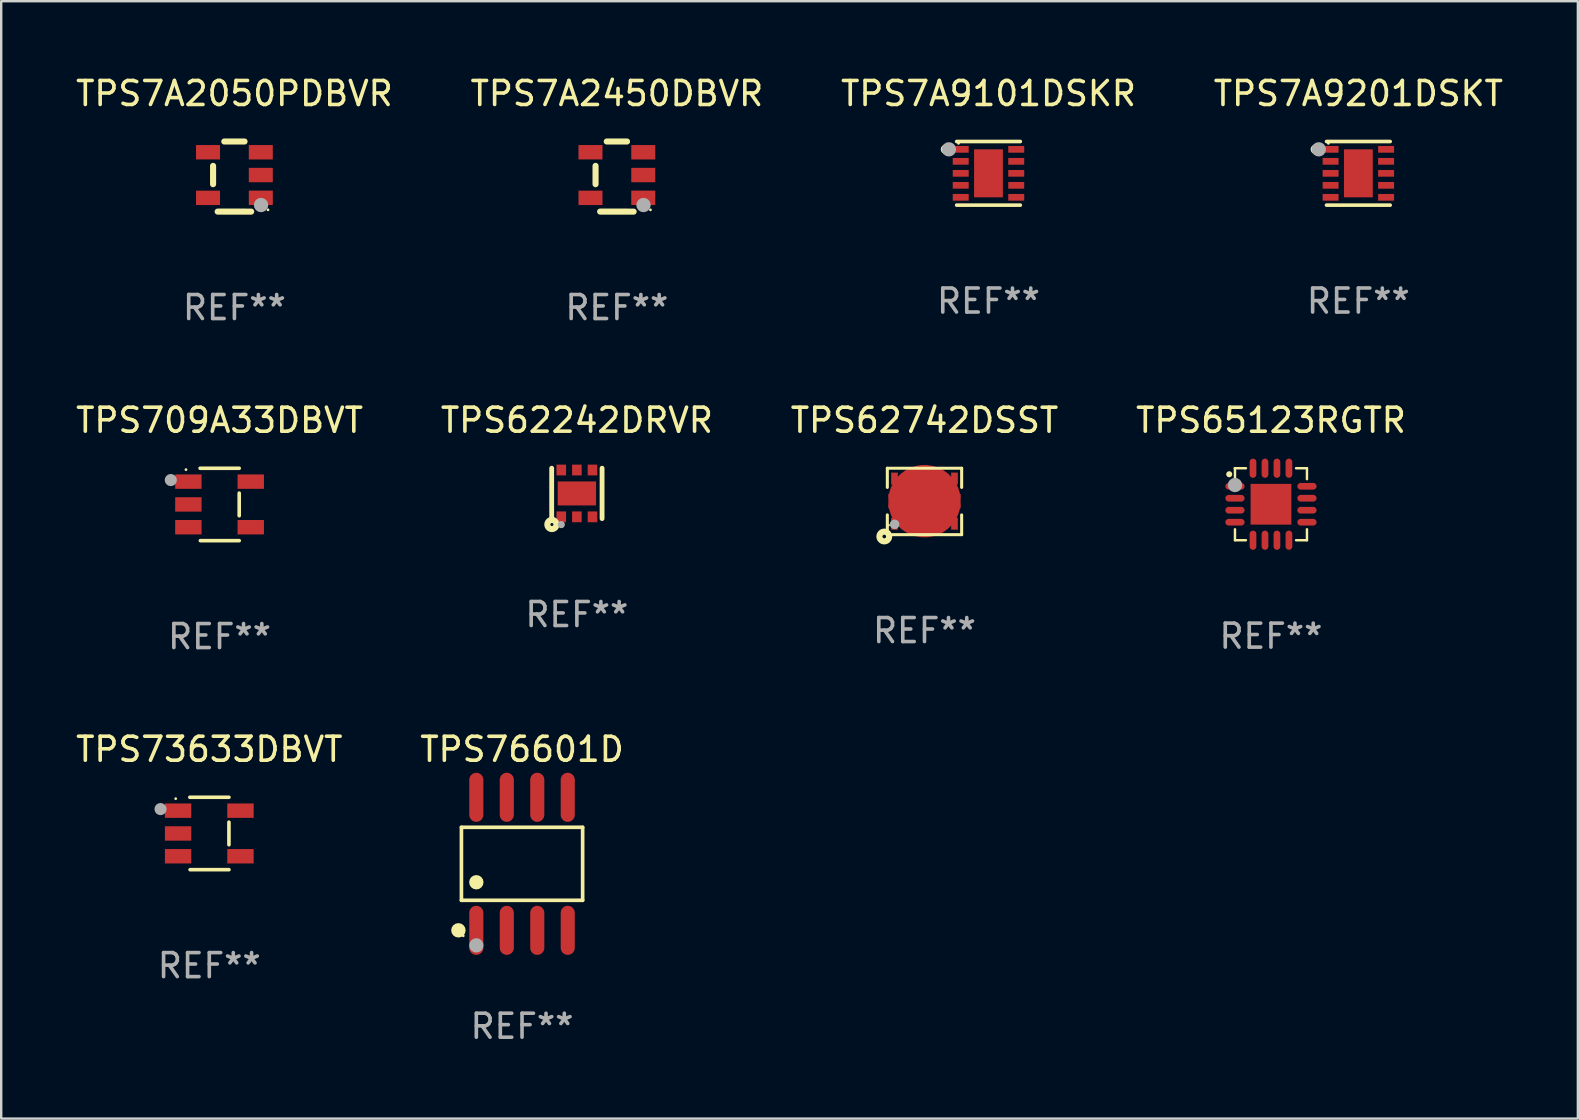
<source format=kicad_pcb>
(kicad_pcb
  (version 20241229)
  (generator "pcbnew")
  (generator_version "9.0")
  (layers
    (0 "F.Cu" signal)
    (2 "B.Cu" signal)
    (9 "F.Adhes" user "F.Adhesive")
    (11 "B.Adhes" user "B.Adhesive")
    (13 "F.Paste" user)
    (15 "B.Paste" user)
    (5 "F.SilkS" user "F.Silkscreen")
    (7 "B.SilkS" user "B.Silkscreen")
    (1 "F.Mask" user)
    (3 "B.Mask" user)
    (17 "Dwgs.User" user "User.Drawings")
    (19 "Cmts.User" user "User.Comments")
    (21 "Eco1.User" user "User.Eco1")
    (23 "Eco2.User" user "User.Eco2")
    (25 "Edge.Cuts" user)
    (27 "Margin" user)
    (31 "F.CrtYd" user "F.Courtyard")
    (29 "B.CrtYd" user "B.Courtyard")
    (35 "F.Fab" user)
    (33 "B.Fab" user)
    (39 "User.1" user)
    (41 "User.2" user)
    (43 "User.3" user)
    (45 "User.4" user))
  (footprint "TPS73633DBVT"
    (layer "F.Cu")
    (at 5.673 31.689)
    (property "Reference" "TPS73633DBVT" (at 0 -3.509 0) (layer "F.SilkS") (effects (font (size 1 1) (thickness 0.15))))
    (attr through_hole)
    (fp_line (start -0.811 -1.509) (end 0.819 -1.509) (stroke (width 0.15) (type solid)) (layer "F.SilkS"))
    (fp_line (start -0.8 1.509) (end 0.82 1.509) (stroke (width 0.15) (type solid)) (layer "F.SilkS"))
    (fp_line (start 0.819 -0.472) (end 0.819 0.47) (stroke (width 0.15) (type solid)) (layer "F.SilkS"))
    (fp_circle (center -1.4 -1.451) (end -1.37 -1.451) (stroke (width 0.06) (type solid)) (fill no) (layer "F.SilkS"))
    (fp_circle (center -2.032 -1.017) (end -1.905 -1.017) (stroke (width 0.254) (type solid)) (fill no) (layer "F.Fab"))
    (fp_text user "REF**" (at 0 5.509 0) (layer "F.Fab") (effects (font (size 1 1) (thickness 0.15))))
    (pad "1" smd rect (at -1.3 -0.951) (size 1.1 0.6) (layers "F.Cu" "F.Mask" "F.Paste"))
    (pad "2" smd rect (at -1.3 -0.001) (size 1.1 0.6) (layers "F.Cu" "F.Mask" "F.Paste"))
    (pad "3" smd rect (at -1.3 0.949) (size 1.1 0.6) (layers "F.Cu" "F.Mask" "F.Paste"))
    (pad "4" smd rect (at 1.3 0.949) (size 1.1 0.6) (layers "F.Cu" "F.Mask" "F.Paste"))
    (pad "5" smd rect (at 1.3 -0.951) (size 1.1 0.6) (layers "F.Cu" "F.Mask" "F.Paste")))
  (footprint "TPS7A9201DSKT"
    (layer "F.Cu")
    (at 53.565 4.174)
    (property "Reference" "TPS7A9201DSKT" (at 0 -3.326 0) (layer "F.SilkS") (effects (font (size 1 1) (thickness 0.15))))
    (attr through_hole)
    (fp_line (start -1.326 -1.326) (end 1.326 -1.326) (stroke (width 0.152) (type solid)) (layer "F.SilkS"))
    (fp_line (start 1.326 1.326) (end -1.326 1.326) (stroke (width 0.152) (type solid)) (layer "F.SilkS"))
    (fp_circle (center -1.79 -1) (end -1.69 -1) (stroke (width 0.2) (type solid)) (fill no) (layer "F.SilkS"))
    (fp_circle (center -1.25 -1.25) (end -1.22 -1.25) (stroke (width 0.06) (type solid)) (fill no) (layer "F.SilkS"))
    (fp_circle (center -1.65 -1) (end -1.5 -1) (stroke (width 0.3) (type solid)) (fill no) (layer "F.Fab"))
    (fp_text user "REF**" (at 0 5.326 0) (layer "F.Fab") (effects (font (size 1 1) (thickness 0.15))))
    (pad "1" smd rect (at -1.157 -1) (size 0.665 0.28) (layers "F.Cu" "F.Mask" "F.Paste"))
    (pad "2" smd rect (at -1.157 -0.5) (size 0.665 0.28) (layers "F.Cu" "F.Mask" "F.Paste"))
    (pad "3" smd rect (at -1.157 0) (size 0.665 0.28) (layers "F.Cu" "F.Mask" "F.Paste"))
    (pad "4" smd rect (at -1.157 0.5) (size 0.665 0.28) (layers "F.Cu" "F.Mask" "F.Paste"))
    (pad "5" smd rect (at -1.157 1) (size 0.665 0.28) (layers "F.Cu" "F.Mask" "F.Paste"))
    (pad "6" smd rect (at 1.157 1) (size 0.665 0.28) (layers "F.Cu" "F.Mask" "F.Paste"))
    (pad "7" smd rect (at 1.157 0.5) (size 0.665 0.28) (layers "F.Cu" "F.Mask" "F.Paste"))
    (pad "8" smd rect (at 1.157 0) (size 0.665 0.28) (layers "F.Cu" "F.Mask" "F.Paste"))
    (pad "9" smd rect (at 1.157 -0.5) (size 0.665 0.28) (layers "F.Cu" "F.Mask" "F.Paste"))
    (pad "10" smd rect (at 1.157 -1) (size 0.665 0.28) (layers "F.Cu" "F.Mask" "F.Paste"))
    (pad "11" smd rect (at 0 0) (size 1.2 2) (layers "F.Cu" "F.Mask" "F.Paste")))
  (footprint "TPS65123RGTR"
    (layer "F.Cu")
    (at 49.923 17.966)
    (property "Reference" "TPS65123RGTR" (at 0 -3.5 0) (layer "F.SilkS") (effects (font (size 1 1) (thickness 0.15))))
    (attr through_hole)
    (fp_line (start -1.5 -1.5) (end -1.5 -1.044) (stroke (width 0.102) (type solid)) (layer "F.SilkS"))
    (fp_line (start -1.5 1.044) (end -1.5 1.5) (stroke (width 0.102) (type solid)) (layer "F.SilkS"))
    (fp_line (start -1.5 1.5) (end -1.044 1.5) (stroke (width 0.102) (type solid)) (layer "F.SilkS"))
    (fp_line (start -1.044 -1.5) (end -1.5 -1.5) (stroke (width 0.102) (type solid)) (layer "F.SilkS"))
    (fp_line (start 1.044 1.5) (end 1.5 1.5) (stroke (width 0.102) (type solid)) (layer "F.SilkS"))
    (fp_line (start 1.5 -1.5) (end 1.044 -1.5) (stroke (width 0.102) (type solid)) (layer "F.SilkS"))
    (fp_line (start 1.5 -1.5) (end 1.5 -1.044) (stroke (width 0.102) (type solid)) (layer "F.SilkS"))
    (fp_line (start 1.5 1.044) (end 1.5 1.5) (stroke (width 0.102) (type solid)) (layer "F.SilkS"))
    (fp_arc (start -1.740005 -1.248743) (mid -1.740076 -1.250013) (end -1.740005 -1.251283) (stroke (width 0.25) (type solid)) (layer "F.SilkS"))
    (fp_circle (center -1.5 -1.5) (end -1.47 -1.5) (stroke (width 0.06) (type solid)) (fill no) (layer "F.SilkS"))
    (fp_circle (center -1.5 -0.8) (end -1.35 -0.8) (stroke (width 0.3) (type solid)) (fill no) (layer "F.Fab"))
    (fp_text user "REF**" (at 0 5.5 0) (layer "F.Fab") (effects (font (size 1 1) (thickness 0.15))))
    (pad "1" smd oval (at -1.5 -0.749) (size 0.8 0.28) (layers "F.Cu" "F.Mask" "F.Paste"))
    (pad "2" smd oval (at -1.5 -0.249) (size 0.8 0.28) (layers "F.Cu" "F.Mask" "F.Paste"))
    (pad "3" smd oval (at -1.5 0.249) (size 0.8 0.28) (layers "F.Cu" "F.Mask" "F.Paste"))
    (pad "4" smd oval (at -1.5 0.749) (size 0.8 0.28) (layers "F.Cu" "F.Mask" "F.Paste"))
    (pad "5" smd oval (at -0.749 1.5) (size 0.28 0.8) (layers "F.Cu" "F.Mask" "F.Paste"))
    (pad "6" smd oval (at -0.249 1.5) (size 0.28 0.8) (layers "F.Cu" "F.Mask" "F.Paste"))
    (pad "7" smd oval (at 0.249 1.5) (size 0.28 0.8) (layers "F.Cu" "F.Mask" "F.Paste"))
    (pad "8" smd oval (at 0.749 1.5) (size 0.28 0.8) (layers "F.Cu" "F.Mask" "F.Paste"))
    (pad "9" smd oval (at 1.5 0.749) (size 0.8 0.28) (layers "F.Cu" "F.Mask" "F.Paste"))
    (pad "10" smd oval (at 1.5 0.249) (size 0.8 0.28) (layers "F.Cu" "F.Mask" "F.Paste"))
    (pad "11" smd oval (at 1.5 -0.249) (size 0.8 0.28) (layers "F.Cu" "F.Mask" "F.Paste"))
    (pad "12" smd oval (at 1.5 -0.749) (size 0.8 0.28) (layers "F.Cu" "F.Mask" "F.Paste"))
    (pad "13" smd oval (at 0.749 -1.5) (size 0.28 0.8) (layers "F.Cu" "F.Mask" "F.Paste"))
    (pad "14" smd oval (at 0.249 -1.5) (size 0.28 0.8) (layers "F.Cu" "F.Mask" "F.Paste"))
    (pad "15" smd oval (at -0.249 -1.5) (size 0.28 0.8) (layers "F.Cu" "F.Mask" "F.Paste"))
    (pad "16" smd oval (at -0.749 -1.5) (size 0.28 0.8) (layers "F.Cu" "F.Mask" "F.Paste"))
    (pad "17" smd rect (at 0.000076 0.000152) (size 1.7 1.7) (layers "F.Cu" "F.Mask" "F.Paste")))
  (footprint "TPS62742DSST"
    (layer "F.Cu")
    (at 35.482 17.85)
    (property "Reference" "TPS62742DSST" (at 0 -3.384 0) (layer "F.SilkS") (effects (font (size 1 1) (thickness 0.15))))
    (attr through_hole)
    (fp_line (start -1.549 -0.585) (end -1.549 -1.384) (stroke (width 0.127) (type solid)) (layer "F.SilkS"))
    (fp_line (start -1.549 1.384) (end -1.549 0.56) (stroke (width 0.127) (type solid)) (layer "F.SilkS"))
    (fp_line (start 1.549 -1.384) (end -1.549 -1.384) (stroke (width 0.127) (type solid)) (layer "F.SilkS"))
    (fp_line (start 1.549 -0.585) (end 1.549 -1.384) (stroke (width 0.127) (type solid)) (layer "F.SilkS"))
    (fp_line (start 1.549 0.56) (end 1.549 1.384) (stroke (width 0.127) (type solid)) (layer "F.SilkS"))
    (fp_line (start 1.549 1.384) (end -1.549 1.384) (stroke (width 0.127) (type solid)) (layer "F.SilkS"))
    (fp_circle (center -1.676 1.461) (end -1.6 1.461) (stroke (width 0.254) (type solid)) (fill no) (layer "F.SilkS"))
    (fp_circle (center -1.5 0.987) (end -1.47 0.987) (stroke (width 0.06) (type solid)) (fill no) (layer "F.SilkS"))
    (fp_circle (center -1.245 0.953) (end -1.145 0.953) (stroke (width 0.2) (type solid)) (fill no) (layer "F.Fab"))
    (fp_text user "REF**" (at 0 5.384 0) (layer "F.Fab") (effects (font (size 1 1) (thickness 0.15))))
    (pad "1" smd rect (at -1.25 0.927) (size 0.279 0.5) (layers "F.Cu" "F.Mask" "F.Paste"))
    (pad "2" smd rect (at -0.75 0.927) (size 0.279 0.5) (layers "F.Cu" "F.Mask" "F.Paste"))
    (pad "3" smd rect (at -0.25 0.927) (size 0.279 0.5) (layers "F.Cu" "F.Mask" "F.Paste"))
    (pad "4" smd rect (at 0.25 0.927) (size 0.279 0.5) (layers "F.Cu" "F.Mask" "F.Paste"))
    (pad "5" smd rect (at 0.75 0.927) (size 0.279 0.5) (layers "F.Cu" "F.Mask" "F.Paste"))
    (pad "6" smd rect (at 1.25 0.927) (size 0.279 0.5) (layers "F.Cu" "F.Mask" "F.Paste"))
    (pad "7" smd rect (at 1.25 -0.953) (size 0.279 0.5) (layers "F.Cu" "F.Mask" "F.Paste"))
    (pad "8" smd rect (at 0.75 -0.953) (size 0.279 0.5) (layers "F.Cu" "F.Mask" "F.Paste"))
    (pad "9" smd rect (at 0.25 -0.953) (size 0.279 0.5) (layers "F.Cu" "F.Mask" "F.Paste"))
    (pad "10" smd rect (at -0.25 -0.953) (size 0.279 0.5) (layers "F.Cu" "F.Mask" "F.Paste"))
    (pad "11" smd rect (at -0.75 -0.953) (size 0.279 0.5) (layers "F.Cu" "F.Mask" "F.Paste"))
    (pad "12" smd rect (at -1.25 -0.953) (size 0.279 0.5) (layers "F.Cu" "F.Mask" "F.Paste"))
    (pad "13" smd custom (at 0 -0.013) (size 3.02 0.9) (layers "F.Cu" "F.Mask" "F.Paste") (options (anchor circle)) (primitives (gr_poly (pts (xy -1.05 -0.45) (xy -1.05 -0.3) (xy -1.51 -0.3) (xy -1.51 -0.1) (xy -1.5 -0.1) (xy -1.05 -0.1) (xy -1.05 0.1) (xy -1.51 0.1) (xy -1.51 0.3) (xy -1.05 0.3) (xy -1.05 0.45) (xy 1.05 0.45) (xy 1.05 0.3) (xy 1.51 0.3) (xy 1.51 0.1) (xy 1.05 0.1) (xy 1.05 -0.1) (xy 1.51 -0.1) (xy 1.51 -0.3) (xy 1.05 -0.3) (xy 1.05 -0.45)) (width 0) (fill yes)))))
  (footprint "TPS7A2050PDBVR"
    (layer "F.Cu")
    (at 6.72 4.309)
    (property "Reference" "TPS7A2050PDBVR" (at 0 -3.461 0) (layer "F.SilkS") (effects (font (size 1 1) (thickness 0.15))))
    (attr through_hole)
    (fp_line (start -0.889 0.317) (end -0.889 -0.445) (stroke (width 0.254) (type solid)) (layer "F.SilkS"))
    (fp_line (start -0.698 1.46) (end 0.699 1.461) (stroke (width 0.254) (type solid)) (layer "F.SilkS"))
    (fp_line (start -0.422 -1.461) (end 0.422 -1.461) (stroke (width 0.254) (type solid)) (layer "F.SilkS"))
    (fp_circle (center 1.4 1.387) (end 1.43 1.387) (stroke (width 0.06) (type solid)) (fill no) (layer "F.SilkS"))
    (fp_circle (center 1.11 1.187) (end 1.26 1.187) (stroke (width 0.3) (type solid)) (fill no) (layer "F.Fab"))
    (fp_text user "REF**" (at 0 5.461 0) (layer "F.Fab") (effects (font (size 1 1) (thickness 0.15))))
    (pad "1" smd rect (at 1.1 0.886 90) (size 0.6 1) (layers "F.Cu" "F.Mask" "F.Paste"))
    (pad "2" smd rect (at 1.1 -0.063 90) (size 0.6 1) (layers "F.Cu" "F.Mask" "F.Paste"))
    (pad "3" smd rect (at 1.1 -1.013 90) (size 0.6 1) (layers "F.Cu" "F.Mask" "F.Paste"))
    (pad "4" smd rect (at -1.1 -1.014 90) (size 0.6 1) (layers "F.Cu" "F.Mask" "F.Paste"))
    (pad "5" smd rect (at -1.1 0.887 90) (size 0.6 1) (layers "F.Cu" "F.Mask" "F.Paste")))
  (footprint "TPS76601D"
    (layer "F.Cu")
    (at 18.708 32.953)
    (property "Reference" "TPS76601D" (at 0 -4.772 0) (layer "F.SilkS") (effects (font (size 1 1) (thickness 0.15))))
    (attr through_hole)
    (fp_line (start -2.526 -1.521) (end 2.526 -1.521) (stroke (width 0.152) (type solid)) (layer "F.SilkS"))
    (fp_line (start -2.526 1.521) (end -2.526 -1.521) (stroke (width 0.152) (type solid)) (layer "F.SilkS"))
    (fp_line (start 2.526 -1.521) (end 2.526 1.521) (stroke (width 0.152) (type solid)) (layer "F.SilkS"))
    (fp_line (start 2.526 1.521) (end -2.526 1.521) (stroke (width 0.152) (type solid)) (layer "F.SilkS"))
    (fp_circle (center -2.652 2.772) (end -2.501 2.772) (stroke (width 0.3) (type solid)) (fill no) (layer "F.SilkS"))
    (fp_circle (center -2.45 3) (end -2.42 3) (stroke (width 0.06) (type solid)) (fill no) (layer "F.SilkS"))
    (fp_circle (center -1.905 0.769) (end -1.755 0.769) (stroke (width 0.3) (type solid)) (fill no) (layer "F.SilkS"))
    (fp_circle (center -1.905 3.4) (end -1.755 3.4) (stroke (width 0.3) (type solid)) (fill no) (layer "F.Fab"))
    (fp_text user "REF**" (at 0 6.772 0) (layer "F.Fab") (effects (font (size 1 1) (thickness 0.15))))
    (pad "1" smd oval (at -1.905 2.772) (size 0.588 2.045) (layers "F.Cu" "F.Mask" "F.Paste"))
    (pad "2" smd oval (at -0.635 2.772) (size 0.588 2.045) (layers "F.Cu" "F.Mask" "F.Paste"))
    (pad "3" smd oval (at 0.635 2.772) (size 0.588 2.045) (layers "F.Cu" "F.Mask" "F.Paste"))
    (pad "4" smd oval (at 1.905 2.772) (size 0.588 2.045) (layers "F.Cu" "F.Mask" "F.Paste"))
    (pad "5" smd oval (at 1.905 -2.772) (size 0.588 2.045) (layers "F.Cu" "F.Mask" "F.Paste"))
    (pad "6" smd oval (at 0.635 -2.772) (size 0.588 2.045) (layers "F.Cu" "F.Mask" "F.Paste"))
    (pad "7" smd oval (at -0.635 -2.772) (size 0.588 2.045) (layers "F.Cu" "F.Mask" "F.Paste"))
    (pad "8" smd oval (at -1.905 -2.772) (size 0.588 2.045) (layers "F.Cu" "F.Mask" "F.Paste")))
  (footprint "TPS709A33DBVT"
    (layer "F.Cu")
    (at 6.101 17.975)
    (property "Reference" "TPS709A33DBVT" (at 0 -3.509 0) (layer "F.SilkS") (effects (font (size 1 1) (thickness 0.15))))
    (attr through_hole)
    (fp_line (start -0.811 -1.509) (end 0.819 -1.509) (stroke (width 0.15) (type solid)) (layer "F.SilkS"))
    (fp_line (start -0.8 1.509) (end 0.82 1.509) (stroke (width 0.15) (type solid)) (layer "F.SilkS"))
    (fp_line (start 0.819 -0.472) (end 0.819 0.47) (stroke (width 0.15) (type solid)) (layer "F.SilkS"))
    (fp_circle (center -1.4 -1.451) (end -1.37 -1.451) (stroke (width 0.06) (type solid)) (fill no) (layer "F.SilkS"))
    (fp_circle (center -2.032 -1.017) (end -1.905 -1.017) (stroke (width 0.254) (type solid)) (fill no) (layer "F.Fab"))
    (fp_text user "REF**" (at 0 5.509 0) (layer "F.Fab") (effects (font (size 1 1) (thickness 0.15))))
    (pad "1" smd rect (at -1.3 -0.951) (size 1.1 0.6) (layers "F.Cu" "F.Mask" "F.Paste"))
    (pad "2" smd rect (at -1.3 -0.001) (size 1.1 0.6) (layers "F.Cu" "F.Mask" "F.Paste"))
    (pad "3" smd rect (at -1.3 0.949) (size 1.1 0.6) (layers "F.Cu" "F.Mask" "F.Paste"))
    (pad "4" smd rect (at 1.3 0.949) (size 1.1 0.6) (layers "F.Cu" "F.Mask" "F.Paste"))
    (pad "5" smd rect (at 1.3 -0.951) (size 1.1 0.6) (layers "F.Cu" "F.Mask" "F.Paste")))
  (footprint "TPS7A2450DBVR"
    (layer "F.Cu")
    (at 22.661 4.309)
    (property "Reference" "TPS7A2450DBVR" (at 0 -3.461 0) (layer "F.SilkS") (effects (font (size 1 1) (thickness 0.15))))
    (attr through_hole)
    (fp_line (start -0.889 0.317) (end -0.889 -0.445) (stroke (width 0.254) (type solid)) (layer "F.SilkS"))
    (fp_line (start -0.698 1.46) (end 0.699 1.461) (stroke (width 0.254) (type solid)) (layer "F.SilkS"))
    (fp_line (start -0.422 -1.461) (end 0.422 -1.461) (stroke (width 0.254) (type solid)) (layer "F.SilkS"))
    (fp_circle (center 1.4 1.387) (end 1.43 1.387) (stroke (width 0.06) (type solid)) (fill no) (layer "F.SilkS"))
    (fp_circle (center 1.11 1.187) (end 1.26 1.187) (stroke (width 0.3) (type solid)) (fill no) (layer "F.Fab"))
    (fp_text user "REF**" (at 0 5.461 0) (layer "F.Fab") (effects (font (size 1 1) (thickness 0.15))))
    (pad "1" smd rect (at 1.1 0.886 90) (size 0.6 1) (layers "F.Cu" "F.Mask" "F.Paste"))
    (pad "2" smd rect (at 1.1 -0.063 90) (size 0.6 1) (layers "F.Cu" "F.Mask" "F.Paste"))
    (pad "3" smd rect (at 1.1 -1.013 90) (size 0.6 1) (layers "F.Cu" "F.Mask" "F.Paste"))
    (pad "4" smd rect (at -1.1 -1.014 90) (size 0.6 1) (layers "F.Cu" "F.Mask" "F.Paste"))
    (pad "5" smd rect (at -1.1 0.887 90) (size 0.6 1) (layers "F.Cu" "F.Mask" "F.Paste")))
  (footprint "TPS62242DRVR"
    (layer "F.Cu")
    (at 20.994 17.515)
    (property "Reference" "TPS62242DRVR" (at 0 -3.05 0) (layer "F.SilkS") (effects (font (size 1 1) (thickness 0.15))))
    (attr through_hole)
    (fp_line (start -1.05 1.05) (end -1.05 -1.05) (stroke (width 0.201) (type solid)) (layer "F.SilkS"))
    (fp_line (start 1.05 1.05) (end 1.05 -1.05) (stroke (width 0.201) (type solid)) (layer "F.SilkS"))
    (fp_circle (center -1.041 1.296) (end -0.978 1.296) (stroke (width 0.254) (type solid)) (fill no) (layer "F.SilkS"))
    (fp_circle (center -1 1.001) (end -0.97 1.001) (stroke (width 0.06) (type solid)) (fill no) (layer "F.SilkS"))
    (fp_circle (center -0.65 1.3) (end -0.575 1.3) (stroke (width 0.15) (type solid)) (fill no) (layer "F.Fab"))
    (fp_text user "REF**" (at 0 5.05 0) (layer "F.Fab") (effects (font (size 1 1) (thickness 0.15))))
    (pad "1" smd rect (at -0.65 0.976) (size 0.4 0.45) (layers "F.Cu" "F.Mask" "F.Paste"))
    (pad "2" smd rect (at 0 0.976) (size 0.4 0.45) (layers "F.Cu" "F.Mask" "F.Paste"))
    (pad "3" smd rect (at 0.65 0.976) (size 0.4 0.45) (layers "F.Cu" "F.Mask" "F.Paste"))
    (pad "4" smd rect (at 0.65 -0.975) (size 0.4 0.45) (layers "F.Cu" "F.Mask" "F.Paste"))
    (pad "5" smd rect (at 0 -0.975) (size 0.4 0.45) (layers "F.Cu" "F.Mask" "F.Paste"))
    (pad "6" smd rect (at -0.65 -0.975) (size 0.4 0.45) (layers "F.Cu" "F.Mask" "F.Paste"))
    (pad "7" smd rect (at 0 0.001 90) (size 1 1.6) (layers "F.Cu" "F.Mask" "F.Paste")))
  (footprint "TPS7A9101DSKR"
    (layer "F.Cu")
    (at 38.149 4.174)
    (property "Reference" "TPS7A9101DSKR" (at 0 -3.326 0) (layer "F.SilkS") (effects (font (size 1 1) (thickness 0.15))))
    (attr through_hole)
    (fp_line (start -1.326 -1.326) (end 1.326 -1.326) (stroke (width 0.152) (type solid)) (layer "F.SilkS"))
    (fp_line (start 1.326 1.326) (end -1.326 1.326) (stroke (width 0.152) (type solid)) (layer "F.SilkS"))
    (fp_circle (center -1.79 -1) (end -1.69 -1) (stroke (width 0.2) (type solid)) (fill no) (layer "F.SilkS"))
    (fp_circle (center -1.25 -1.25) (end -1.22 -1.25) (stroke (width 0.06) (type solid)) (fill no) (layer "F.SilkS"))
    (fp_circle (center -1.65 -1) (end -1.5 -1) (stroke (width 0.3) (type solid)) (fill no) (layer "F.Fab"))
    (fp_text user "REF**" (at 0 5.326 0) (layer "F.Fab") (effects (font (size 1 1) (thickness 0.15))))
    (pad "1" smd rect (at -1.157 -1) (size 0.665 0.28) (layers "F.Cu" "F.Mask" "F.Paste"))
    (pad "2" smd rect (at -1.157 -0.5) (size 0.665 0.28) (layers "F.Cu" "F.Mask" "F.Paste"))
    (pad "3" smd rect (at -1.157 0) (size 0.665 0.28) (layers "F.Cu" "F.Mask" "F.Paste"))
    (pad "4" smd rect (at -1.157 0.5) (size 0.665 0.28) (layers "F.Cu" "F.Mask" "F.Paste"))
    (pad "5" smd rect (at -1.157 1) (size 0.665 0.28) (layers "F.Cu" "F.Mask" "F.Paste"))
    (pad "6" smd rect (at 1.157 1) (size 0.665 0.28) (layers "F.Cu" "F.Mask" "F.Paste"))
    (pad "7" smd rect (at 1.157 0.5) (size 0.665 0.28) (layers "F.Cu" "F.Mask" "F.Paste"))
    (pad "8" smd rect (at 1.157 0) (size 0.665 0.28) (layers "F.Cu" "F.Mask" "F.Paste"))
    (pad "9" smd rect (at 1.157 -0.5) (size 0.665 0.28) (layers "F.Cu" "F.Mask" "F.Paste"))
    (pad "10" smd rect (at 1.157 -1) (size 0.665 0.28) (layers "F.Cu" "F.Mask" "F.Paste"))
    (pad "11" smd rect (at 0 0) (size 1.2 2) (layers "F.Cu" "F.Mask" "F.Paste")))
  (gr_rect
    (start -3 -3)
    (end 62.714 43.573)
    (stroke (width 0.1) (type default))
    (fill no)
    (layer "Edge.Cuts")))
</source>
